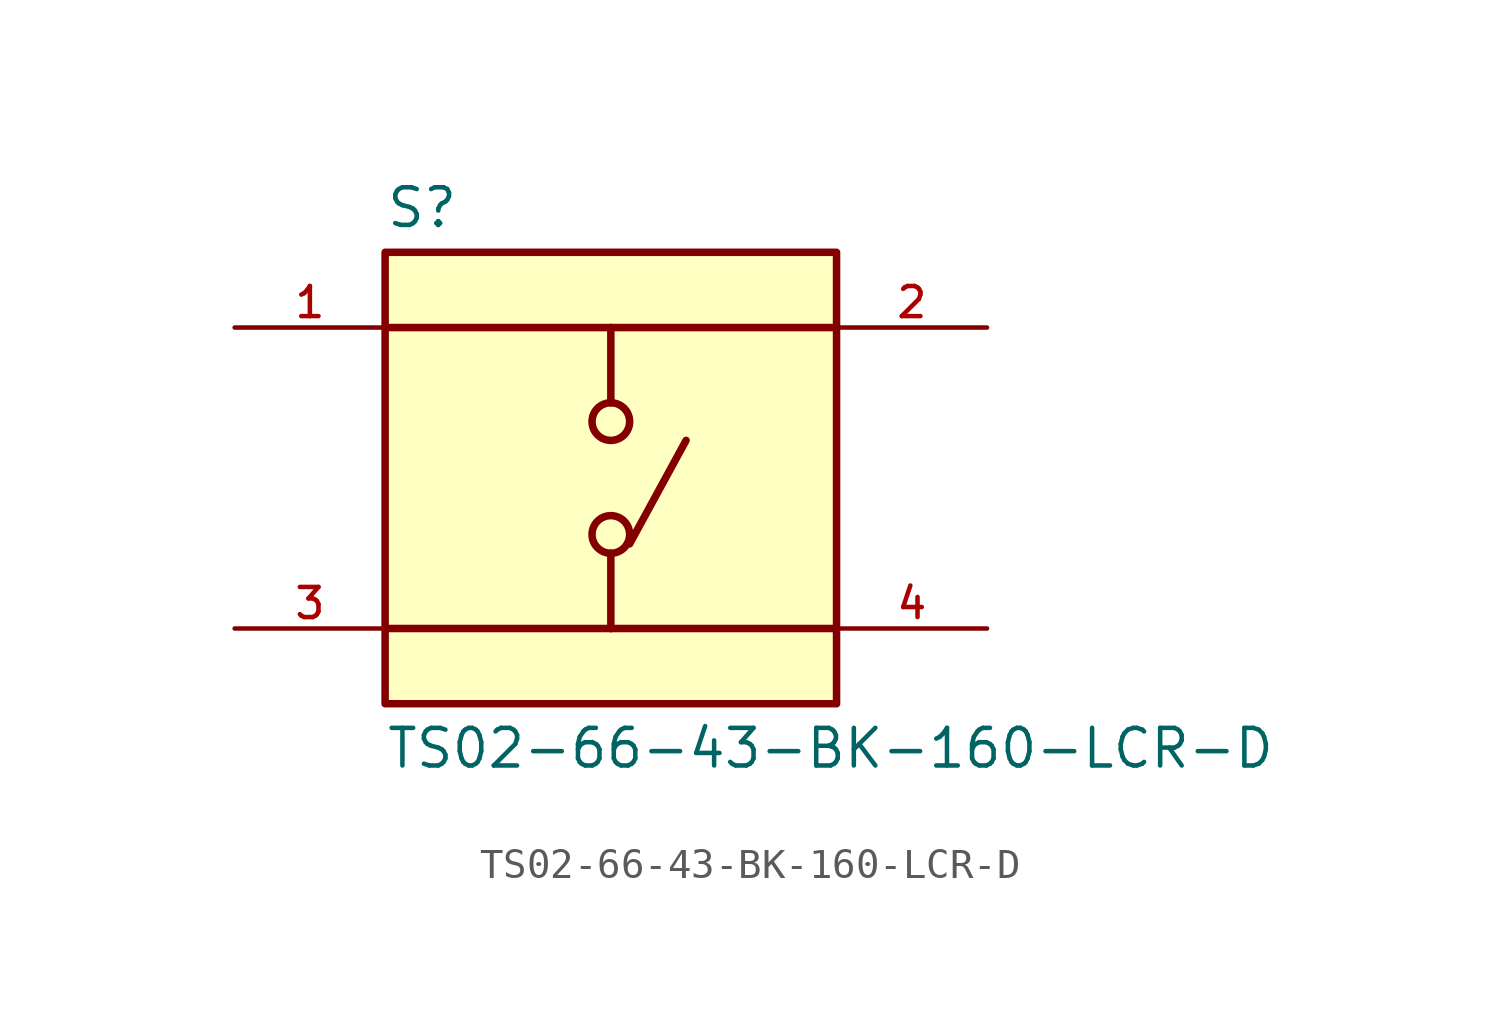
<source format=kicad_sym>
(kicad_symbol_lib
  (version 20211014)
  (generator kicad_symbol_editor)
  (symbol "TS02-66-43-BK-160-LCR-D"
    (pin_names
      (offset 1.016))
    (property "Reference" "S"
      (at -7.62 8.382 0)
      (effects (font (size 1.27 1.27)) (justify bottom left)))
    (property "Value" "TS02-66-43-BK-160-LCR-D"
      (at -7.62 -8.382 0)
      (effects (font (size 1.27 1.27)) (justify top left)))
    (symbol "TS02-66-43-BK-160-LCR-D_0_0"
      (polyline (pts (xy 0.0 5.08) (xy 0.0 2.54)) (stroke (width 0.254)))
      (polyline (pts (xy 0.0 -2.54) (xy 0.0 -5.08)) (stroke (width 0.254)))
      (polyline (pts (xy 0.0 5.08) (xy -7.62 5.08)) (stroke (width 0.254)))
      (polyline (pts (xy 0.0 5.08) (xy 7.62 5.08)) (stroke (width 0.254)))
      (polyline (pts (xy 0.0 -5.08) (xy -7.62 -5.08)) (stroke (width 0.254)))
      (polyline (pts (xy 0.0 -5.08) (xy 7.62 -5.08)) (stroke (width 0.254)))
      (circle (center 0.0 -1.905) (radius 0.635) (stroke (width 0.254)) (fill (type none)))
      (circle (center 0.0 1.905) (radius 0.635) (stroke (width 0.254)) (fill (type none)))
      (polyline (pts (xy 0.635 -2.223) (xy 2.54 1.27)) (stroke (width 0.254)))
      (rectangle (start -7.62 -7.62) (end 7.62 7.62) (stroke (width 0.254)) (fill (type background)))
      (pin passive line (at -12.7 5.08 0) (length 5.08) (name "~" (effects (font (size 1.016 1.016)))) (number "1" (effects (font (size 1.016 1.016)))))
      (pin passive line (at -12.7 -5.08 0) (length 5.08) (name "~" (effects (font (size 1.016 1.016)))) (number "3" (effects (font (size 1.016 1.016)))))
      (pin passive line (at 12.7 5.08 180.0) (length 5.08) (name "~" (effects (font (size 1.016 1.016)))) (number "2" (effects (font (size 1.016 1.016)))))
      (pin passive line (at 12.7 -5.08 180.0) (length 5.08) (name "~" (effects (font (size 1.016 1.016)))) (number "4" (effects (font (size 1.016 1.016))))))))
</source>
